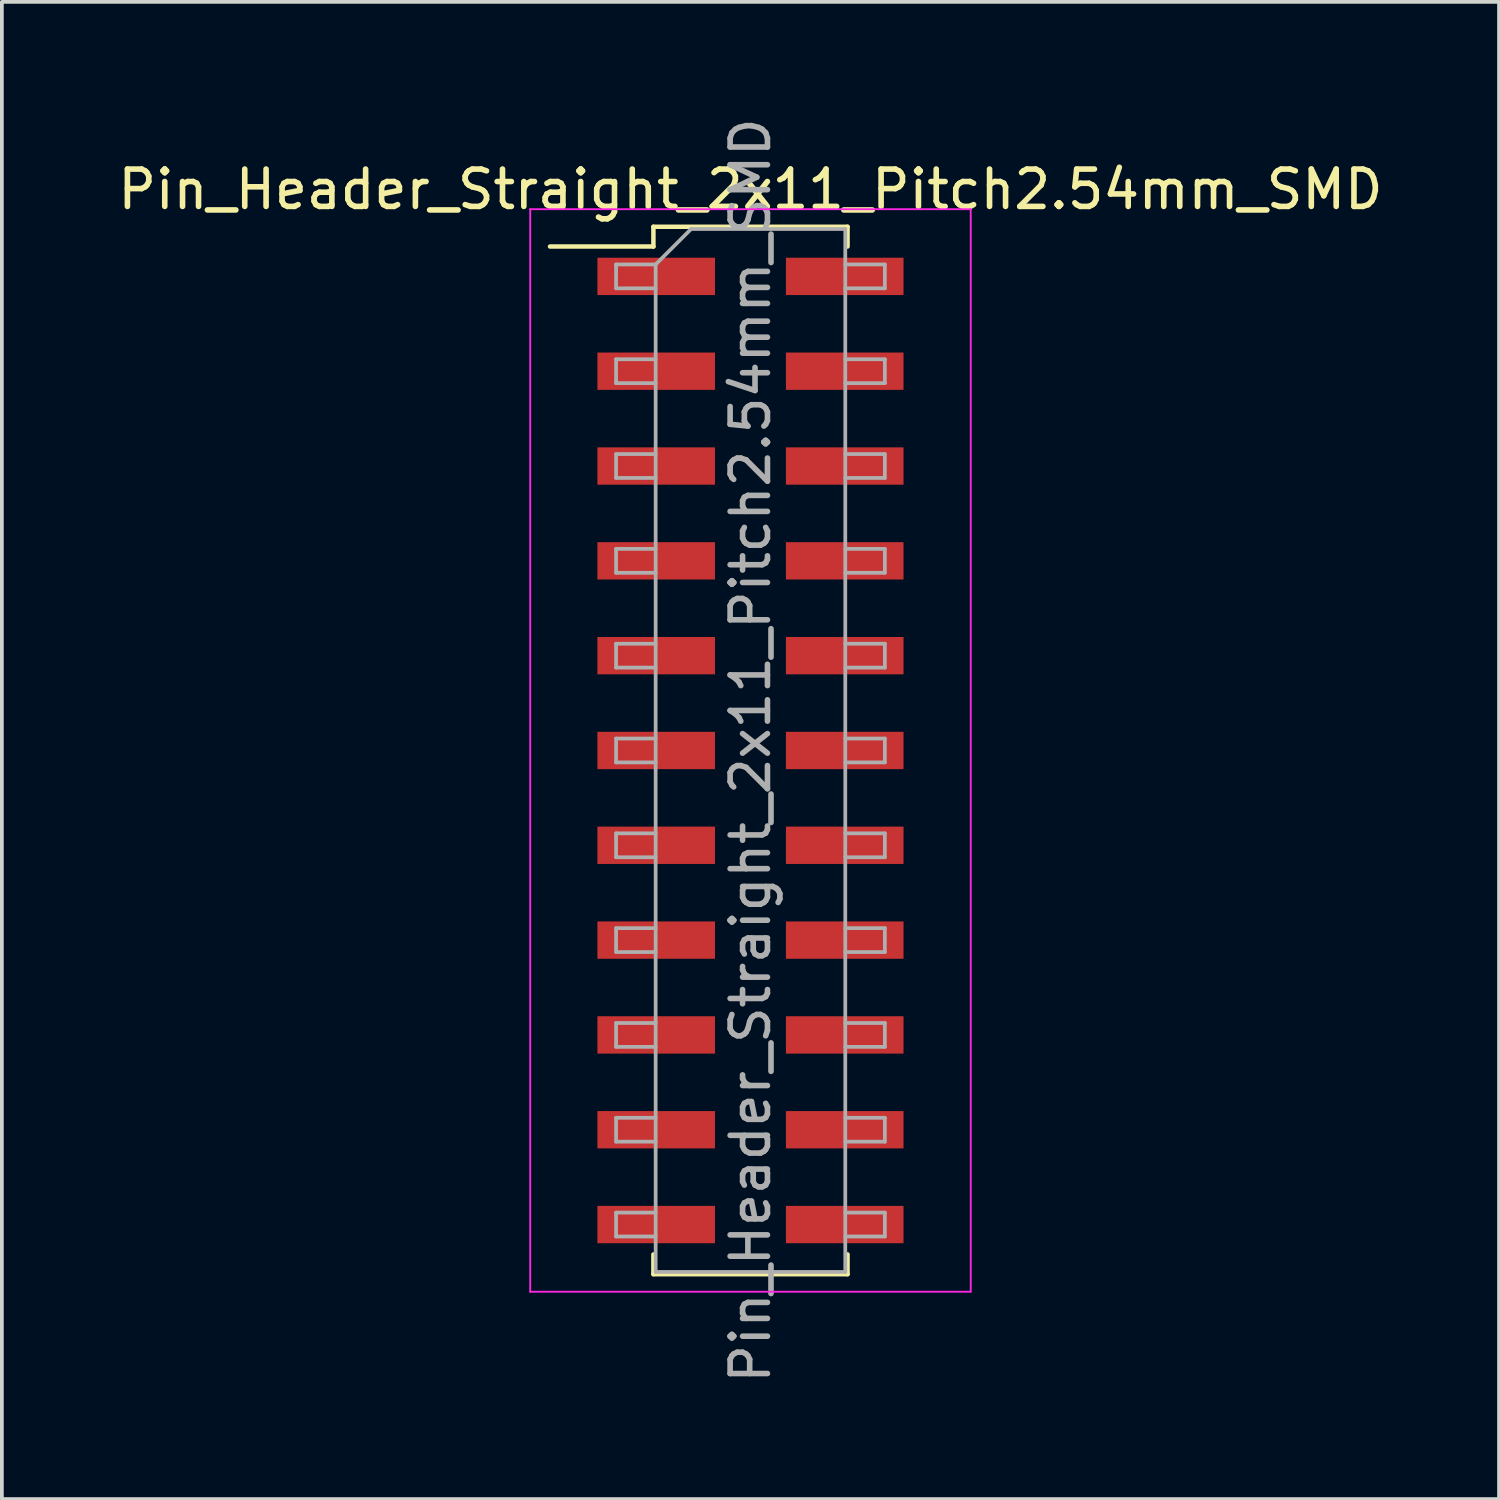
<source format=kicad_pcb>
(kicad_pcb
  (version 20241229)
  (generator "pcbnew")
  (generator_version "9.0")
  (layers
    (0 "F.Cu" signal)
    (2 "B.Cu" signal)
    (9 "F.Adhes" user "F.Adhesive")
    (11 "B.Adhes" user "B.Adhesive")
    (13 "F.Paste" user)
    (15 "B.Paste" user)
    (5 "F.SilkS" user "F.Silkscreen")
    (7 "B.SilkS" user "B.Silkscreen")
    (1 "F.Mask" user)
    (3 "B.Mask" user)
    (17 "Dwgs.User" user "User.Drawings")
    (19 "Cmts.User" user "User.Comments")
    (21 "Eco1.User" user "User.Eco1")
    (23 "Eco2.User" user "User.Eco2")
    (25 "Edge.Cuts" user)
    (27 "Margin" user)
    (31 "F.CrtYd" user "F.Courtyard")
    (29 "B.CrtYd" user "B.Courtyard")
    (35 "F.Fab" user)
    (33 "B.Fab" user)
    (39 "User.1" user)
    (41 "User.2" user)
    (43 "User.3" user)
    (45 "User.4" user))
  (footprint "Pin_Header_Straight_2x11_Pitch2.54mm_SMD"
    (layer "F.Cu")
    (at 17.054 17.054)
    (property "Reference" "Pin_Header_Straight_2x11_Pitch2.54mm_SMD" (at 0 -15.03 0) (layer "F.SilkS") (effects (font (size 1 1) (thickness 0.15))))
    (attr smd)
    (fp_line (start -5.37 -13.5) (end -2.6 -13.5) (stroke (width 0.12) (type solid)) (layer "F.SilkS"))
    (fp_line (start -2.6 -14.03) (end 2.6 -14.03) (stroke (width 0.12) (type solid)) (layer "F.SilkS"))
    (fp_line (start -2.6 -13.5) (end -2.6 -14.03) (stroke (width 0.12) (type solid)) (layer "F.SilkS"))
    (fp_line (start -2.6 13.5) (end -2.6 14.03) (stroke (width 0.12) (type solid)) (layer "F.SilkS"))
    (fp_line (start -2.6 14.03) (end 2.6 14.03) (stroke (width 0.12) (type solid)) (layer "F.SilkS"))
    (fp_line (start 2.6 -14.03) (end 2.6 -13.5) (stroke (width 0.12) (type solid)) (layer "F.SilkS"))
    (fp_line (start 2.6 14.03) (end 2.6 13.5) (stroke (width 0.12) (type solid)) (layer "F.SilkS"))
    (fp_line (start -5.9 -14.5) (end -5.9 14.5) (stroke (width 0.05) (type solid)) (layer "F.CrtYd"))
    (fp_line (start -5.9 14.5) (end 5.9 14.5) (stroke (width 0.05) (type solid)) (layer "F.CrtYd"))
    (fp_line (start 5.9 -14.5) (end -5.9 -14.5) (stroke (width 0.05) (type solid)) (layer "F.CrtYd"))
    (fp_line (start 5.9 14.5) (end 5.9 -14.5) (stroke (width 0.05) (type solid)) (layer "F.CrtYd"))
    (fp_line (start -3.6 -13.02) (end -3.6 -12.38) (stroke (width 0.1) (type solid)) (layer "F.Fab"))
    (fp_line (start -3.6 -12.38) (end -2.54 -12.38) (stroke (width 0.1) (type solid)) (layer "F.Fab"))
    (fp_line (start -3.6 -10.48) (end -3.6 -9.84) (stroke (width 0.1) (type solid)) (layer "F.Fab"))
    (fp_line (start -3.6 -9.84) (end -2.54 -9.84) (stroke (width 0.1) (type solid)) (layer "F.Fab"))
    (fp_line (start -3.6 -7.94) (end -3.6 -7.3) (stroke (width 0.1) (type solid)) (layer "F.Fab"))
    (fp_line (start -3.6 -7.3) (end -2.54 -7.3) (stroke (width 0.1) (type solid)) (layer "F.Fab"))
    (fp_line (start -3.6 -5.4) (end -3.6 -4.76) (stroke (width 0.1) (type solid)) (layer "F.Fab"))
    (fp_line (start -3.6 -4.76) (end -2.54 -4.76) (stroke (width 0.1) (type solid)) (layer "F.Fab"))
    (fp_line (start -3.6 -2.86) (end -3.6 -2.22) (stroke (width 0.1) (type solid)) (layer "F.Fab"))
    (fp_line (start -3.6 -2.22) (end -2.54 -2.22) (stroke (width 0.1) (type solid)) (layer "F.Fab"))
    (fp_line (start -3.6 -0.32) (end -3.6 0.32) (stroke (width 0.1) (type solid)) (layer "F.Fab"))
    (fp_line (start -3.6 0.32) (end -2.54 0.32) (stroke (width 0.1) (type solid)) (layer "F.Fab"))
    (fp_line (start -3.6 2.22) (end -3.6 2.86) (stroke (width 0.1) (type solid)) (layer "F.Fab"))
    (fp_line (start -3.6 2.86) (end -2.54 2.86) (stroke (width 0.1) (type solid)) (layer "F.Fab"))
    (fp_line (start -3.6 4.76) (end -3.6 5.4) (stroke (width 0.1) (type solid)) (layer "F.Fab"))
    (fp_line (start -3.6 5.4) (end -2.54 5.4) (stroke (width 0.1) (type solid)) (layer "F.Fab"))
    (fp_line (start -3.6 7.3) (end -3.6 7.94) (stroke (width 0.1) (type solid)) (layer "F.Fab"))
    (fp_line (start -3.6 7.94) (end -2.54 7.94) (stroke (width 0.1) (type solid)) (layer "F.Fab"))
    (fp_line (start -3.6 9.84) (end -3.6 10.48) (stroke (width 0.1) (type solid)) (layer "F.Fab"))
    (fp_line (start -3.6 10.48) (end -2.54 10.48) (stroke (width 0.1) (type solid)) (layer "F.Fab"))
    (fp_line (start -3.6 12.38) (end -3.6 13.02) (stroke (width 0.1) (type solid)) (layer "F.Fab"))
    (fp_line (start -3.6 13.02) (end -2.54 13.02) (stroke (width 0.1) (type solid)) (layer "F.Fab"))
    (fp_line (start -2.54 -13.02) (end -3.6 -13.02) (stroke (width 0.1) (type solid)) (layer "F.Fab"))
    (fp_line (start -2.54 -13.02) (end -1.59 -13.97) (stroke (width 0.1) (type solid)) (layer "F.Fab"))
    (fp_line (start -2.54 -10.48) (end -3.6 -10.48) (stroke (width 0.1) (type solid)) (layer "F.Fab"))
    (fp_line (start -2.54 -7.94) (end -3.6 -7.94) (stroke (width 0.1) (type solid)) (layer "F.Fab"))
    (fp_line (start -2.54 -5.4) (end -3.6 -5.4) (stroke (width 0.1) (type solid)) (layer "F.Fab"))
    (fp_line (start -2.54 -2.86) (end -3.6 -2.86) (stroke (width 0.1) (type solid)) (layer "F.Fab"))
    (fp_line (start -2.54 -0.32) (end -3.6 -0.32) (stroke (width 0.1) (type solid)) (layer "F.Fab"))
    (fp_line (start -2.54 2.22) (end -3.6 2.22) (stroke (width 0.1) (type solid)) (layer "F.Fab"))
    (fp_line (start -2.54 4.76) (end -3.6 4.76) (stroke (width 0.1) (type solid)) (layer "F.Fab"))
    (fp_line (start -2.54 7.3) (end -3.6 7.3) (stroke (width 0.1) (type solid)) (layer "F.Fab"))
    (fp_line (start -2.54 9.84) (end -3.6 9.84) (stroke (width 0.1) (type solid)) (layer "F.Fab"))
    (fp_line (start -2.54 12.38) (end -3.6 12.38) (stroke (width 0.1) (type solid)) (layer "F.Fab"))
    (fp_line (start -2.54 13.97) (end -2.54 -13.02) (stroke (width 0.1) (type solid)) (layer "F.Fab"))
    (fp_line (start -1.59 -13.97) (end 2.54 -13.97) (stroke (width 0.1) (type solid)) (layer "F.Fab"))
    (fp_line (start 2.54 -13.97) (end 2.54 13.97) (stroke (width 0.1) (type solid)) (layer "F.Fab"))
    (fp_line (start 2.54 -13.02) (end 3.6 -13.02) (stroke (width 0.1) (type solid)) (layer "F.Fab"))
    (fp_line (start 2.54 -10.48) (end 3.6 -10.48) (stroke (width 0.1) (type solid)) (layer "F.Fab"))
    (fp_line (start 2.54 -7.94) (end 3.6 -7.94) (stroke (width 0.1) (type solid)) (layer "F.Fab"))
    (fp_line (start 2.54 -5.4) (end 3.6 -5.4) (stroke (width 0.1) (type solid)) (layer "F.Fab"))
    (fp_line (start 2.54 -2.86) (end 3.6 -2.86) (stroke (width 0.1) (type solid)) (layer "F.Fab"))
    (fp_line (start 2.54 -0.32) (end 3.6 -0.32) (stroke (width 0.1) (type solid)) (layer "F.Fab"))
    (fp_line (start 2.54 2.22) (end 3.6 2.22) (stroke (width 0.1) (type solid)) (layer "F.Fab"))
    (fp_line (start 2.54 4.76) (end 3.6 4.76) (stroke (width 0.1) (type solid)) (layer "F.Fab"))
    (fp_line (start 2.54 7.3) (end 3.6 7.3) (stroke (width 0.1) (type solid)) (layer "F.Fab"))
    (fp_line (start 2.54 9.84) (end 3.6 9.84) (stroke (width 0.1) (type solid)) (layer "F.Fab"))
    (fp_line (start 2.54 12.38) (end 3.6 12.38) (stroke (width 0.1) (type solid)) (layer "F.Fab"))
    (fp_line (start 2.54 13.97) (end -2.54 13.97) (stroke (width 0.1) (type solid)) (layer "F.Fab"))
    (fp_line (start 3.6 -13.02) (end 3.6 -12.38) (stroke (width 0.1) (type solid)) (layer "F.Fab"))
    (fp_line (start 3.6 -12.38) (end 2.54 -12.38) (stroke (width 0.1) (type solid)) (layer "F.Fab"))
    (fp_line (start 3.6 -10.48) (end 3.6 -9.84) (stroke (width 0.1) (type solid)) (layer "F.Fab"))
    (fp_line (start 3.6 -9.84) (end 2.54 -9.84) (stroke (width 0.1) (type solid)) (layer "F.Fab"))
    (fp_line (start 3.6 -7.94) (end 3.6 -7.3) (stroke (width 0.1) (type solid)) (layer "F.Fab"))
    (fp_line (start 3.6 -7.3) (end 2.54 -7.3) (stroke (width 0.1) (type solid)) (layer "F.Fab"))
    (fp_line (start 3.6 -5.4) (end 3.6 -4.76) (stroke (width 0.1) (type solid)) (layer "F.Fab"))
    (fp_line (start 3.6 -4.76) (end 2.54 -4.76) (stroke (width 0.1) (type solid)) (layer "F.Fab"))
    (fp_line (start 3.6 -2.86) (end 3.6 -2.22) (stroke (width 0.1) (type solid)) (layer "F.Fab"))
    (fp_line (start 3.6 -2.22) (end 2.54 -2.22) (stroke (width 0.1) (type solid)) (layer "F.Fab"))
    (fp_line (start 3.6 -0.32) (end 3.6 0.32) (stroke (width 0.1) (type solid)) (layer "F.Fab"))
    (fp_line (start 3.6 0.32) (end 2.54 0.32) (stroke (width 0.1) (type solid)) (layer "F.Fab"))
    (fp_line (start 3.6 2.22) (end 3.6 2.86) (stroke (width 0.1) (type solid)) (layer "F.Fab"))
    (fp_line (start 3.6 2.86) (end 2.54 2.86) (stroke (width 0.1) (type solid)) (layer "F.Fab"))
    (fp_line (start 3.6 4.76) (end 3.6 5.4) (stroke (width 0.1) (type solid)) (layer "F.Fab"))
    (fp_line (start 3.6 5.4) (end 2.54 5.4) (stroke (width 0.1) (type solid)) (layer "F.Fab"))
    (fp_line (start 3.6 7.3) (end 3.6 7.94) (stroke (width 0.1) (type solid)) (layer "F.Fab"))
    (fp_line (start 3.6 7.94) (end 2.54 7.94) (stroke (width 0.1) (type solid)) (layer "F.Fab"))
    (fp_line (start 3.6 9.84) (end 3.6 10.48) (stroke (width 0.1) (type solid)) (layer "F.Fab"))
    (fp_line (start 3.6 10.48) (end 2.54 10.48) (stroke (width 0.1) (type solid)) (layer "F.Fab"))
    (fp_line (start 3.6 12.38) (end 3.6 13.02) (stroke (width 0.1) (type solid)) (layer "F.Fab"))
    (fp_line (start 3.6 13.02) (end 2.54 13.02) (stroke (width 0.1) (type solid)) (layer "F.Fab"))
    (fp_text user "${REFERENCE}" (at 0 0 90) (layer "F.Fab") (effects (font (size 1 1) (thickness 0.15))))
    (pad "1" smd rect (at -2.525 -12.7) (size 3.15 1) (layers "F.Cu" "F.Mask" "F.Paste"))
    (pad "2" smd rect (at 2.525 -12.7) (size 3.15 1) (layers "F.Cu" "F.Mask" "F.Paste"))
    (pad "3" smd rect (at -2.525 -10.16) (size 3.15 1) (layers "F.Cu" "F.Mask" "F.Paste"))
    (pad "4" smd rect (at 2.525 -10.16) (size 3.15 1) (layers "F.Cu" "F.Mask" "F.Paste"))
    (pad "5" smd rect (at -2.525 -7.62) (size 3.15 1) (layers "F.Cu" "F.Mask" "F.Paste"))
    (pad "6" smd rect (at 2.525 -7.62) (size 3.15 1) (layers "F.Cu" "F.Mask" "F.Paste"))
    (pad "7" smd rect (at -2.525 -5.08) (size 3.15 1) (layers "F.Cu" "F.Mask" "F.Paste"))
    (pad "8" smd rect (at 2.525 -5.08) (size 3.15 1) (layers "F.Cu" "F.Mask" "F.Paste"))
    (pad "9" smd rect (at -2.525 -2.54) (size 3.15 1) (layers "F.Cu" "F.Mask" "F.Paste"))
    (pad "10" smd rect (at 2.525 -2.54) (size 3.15 1) (layers "F.Cu" "F.Mask" "F.Paste"))
    (pad "11" smd rect (at -2.525 0) (size 3.15 1) (layers "F.Cu" "F.Mask" "F.Paste"))
    (pad "12" smd rect (at 2.525 0) (size 3.15 1) (layers "F.Cu" "F.Mask" "F.Paste"))
    (pad "13" smd rect (at -2.525 2.54) (size 3.15 1) (layers "F.Cu" "F.Mask" "F.Paste"))
    (pad "14" smd rect (at 2.525 2.54) (size 3.15 1) (layers "F.Cu" "F.Mask" "F.Paste"))
    (pad "15" smd rect (at -2.525 5.08) (size 3.15 1) (layers "F.Cu" "F.Mask" "F.Paste"))
    (pad "16" smd rect (at 2.525 5.08) (size 3.15 1) (layers "F.Cu" "F.Mask" "F.Paste"))
    (pad "17" smd rect (at -2.525 7.62) (size 3.15 1) (layers "F.Cu" "F.Mask" "F.Paste"))
    (pad "18" smd rect (at 2.525 7.62) (size 3.15 1) (layers "F.Cu" "F.Mask" "F.Paste"))
    (pad "19" smd rect (at -2.525 10.16) (size 3.15 1) (layers "F.Cu" "F.Mask" "F.Paste"))
    (pad "20" smd rect (at 2.525 10.16) (size 3.15 1) (layers "F.Cu" "F.Mask" "F.Paste"))
    (pad "21" smd rect (at -2.525 12.7) (size 3.15 1) (layers "F.Cu" "F.Mask" "F.Paste"))
    (pad "22" smd rect (at 2.525 12.7) (size 3.15 1) (layers "F.Cu" "F.Mask" "F.Paste")))
  (gr_rect
    (start -3 -3)
    (end 37.107 37.107)
    (stroke (width 0.1) (type default))
    (fill no)
    (layer "Edge.Cuts")))
</source>
